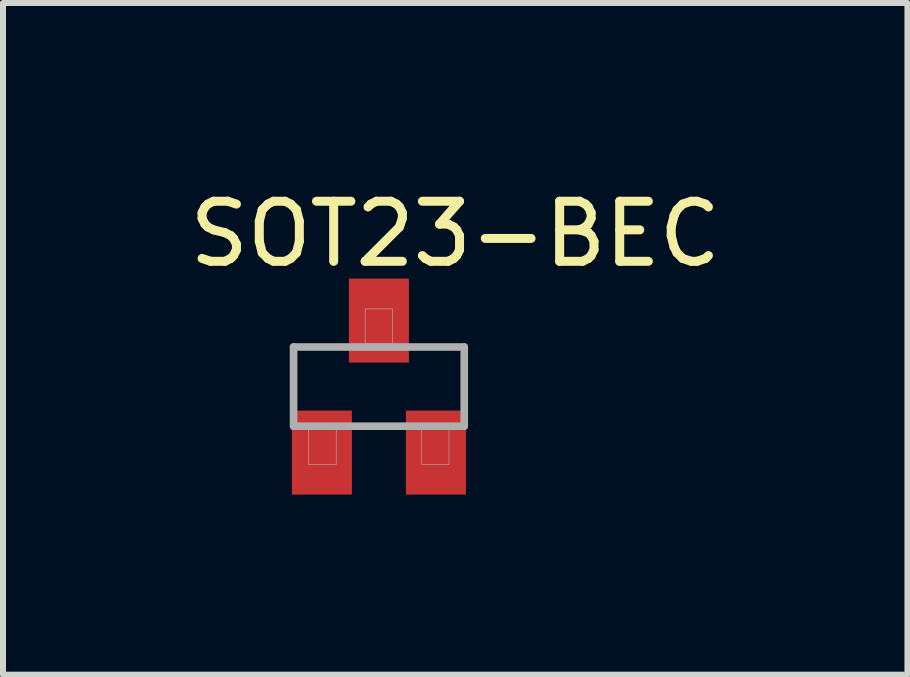
<source format=kicad_pcb>
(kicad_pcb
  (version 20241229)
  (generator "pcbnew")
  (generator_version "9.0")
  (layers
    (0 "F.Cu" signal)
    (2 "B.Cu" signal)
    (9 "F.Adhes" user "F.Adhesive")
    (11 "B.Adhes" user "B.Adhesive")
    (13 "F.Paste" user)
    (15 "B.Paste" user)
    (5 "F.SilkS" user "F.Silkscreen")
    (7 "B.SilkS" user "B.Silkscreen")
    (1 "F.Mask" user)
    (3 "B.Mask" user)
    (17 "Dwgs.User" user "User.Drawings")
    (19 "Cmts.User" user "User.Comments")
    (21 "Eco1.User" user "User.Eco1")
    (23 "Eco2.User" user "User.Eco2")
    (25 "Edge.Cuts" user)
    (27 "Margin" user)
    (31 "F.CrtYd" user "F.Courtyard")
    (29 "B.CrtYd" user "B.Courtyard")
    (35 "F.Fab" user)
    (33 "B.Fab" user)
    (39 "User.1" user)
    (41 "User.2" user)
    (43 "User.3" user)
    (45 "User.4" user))
  (footprint "SOT23-BEC"
    (layer "F.Cu")
    (at 3.264 3.392)
    (property "Reference" "SOT23-BEC" (at 1.272 -2.543 0) (layer "F.SilkS") (effects (font (size 1.001 1.001) (thickness 0.15))))
    (attr smd)
    (fp_line (start -1.422 -0.66) (end 1.422 -0.66) (stroke (width 0.127) (type solid)) (layer "F.Fab"))
    (fp_line (start -1.422 0.66) (end -1.422 -0.66) (stroke (width 0.127) (type solid)) (layer "F.Fab"))
    (fp_line (start 1.422 -0.66) (end 1.422 0.66) (stroke (width 0.127) (type solid)) (layer "F.Fab"))
    (fp_line (start 1.422 0.66) (end -1.422 0.66) (stroke (width 0.127) (type solid)) (layer "F.Fab"))
    (fp_poly (pts (xy -1.171 0.711) (xy -0.711 0.711) (xy -0.711 1.298) (xy -1.171 1.298)) (stroke (width 0.01) (type solid)) (fill no) (layer "F.Fab"))
    (fp_poly (pts (xy -0.229 -1.295) (xy 0.229 -1.295) (xy 0.229 -0.713) (xy -0.229 -0.713)) (stroke (width 0.01) (type solid)) (fill no) (layer "F.Fab"))
    (fp_poly (pts (xy 0.712 0.711) (xy 1.168 0.711) (xy 1.168 1.297) (xy 0.712 1.297)) (stroke (width 0.01) (type solid)) (fill no) (layer "F.Fab"))
    (pad "B" smd rect (at -0.95 1.1) (size 1 1.4) (layers "F.Cu" "F.Mask" "F.Paste"))
    (pad "C" smd rect (at 0 -1.1) (size 1 1.4) (layers "F.Cu" "F.Mask" "F.Paste"))
    (pad "E" smd rect (at 0.95 1.1) (size 1 1.4) (layers "F.Cu" "F.Mask" "F.Paste")))
  (gr_rect
    (start -3 -3)
    (end 12.071 8.192)
    (stroke (width 0.1) (type default))
    (fill no)
    (layer "Edge.Cuts")))
</source>
